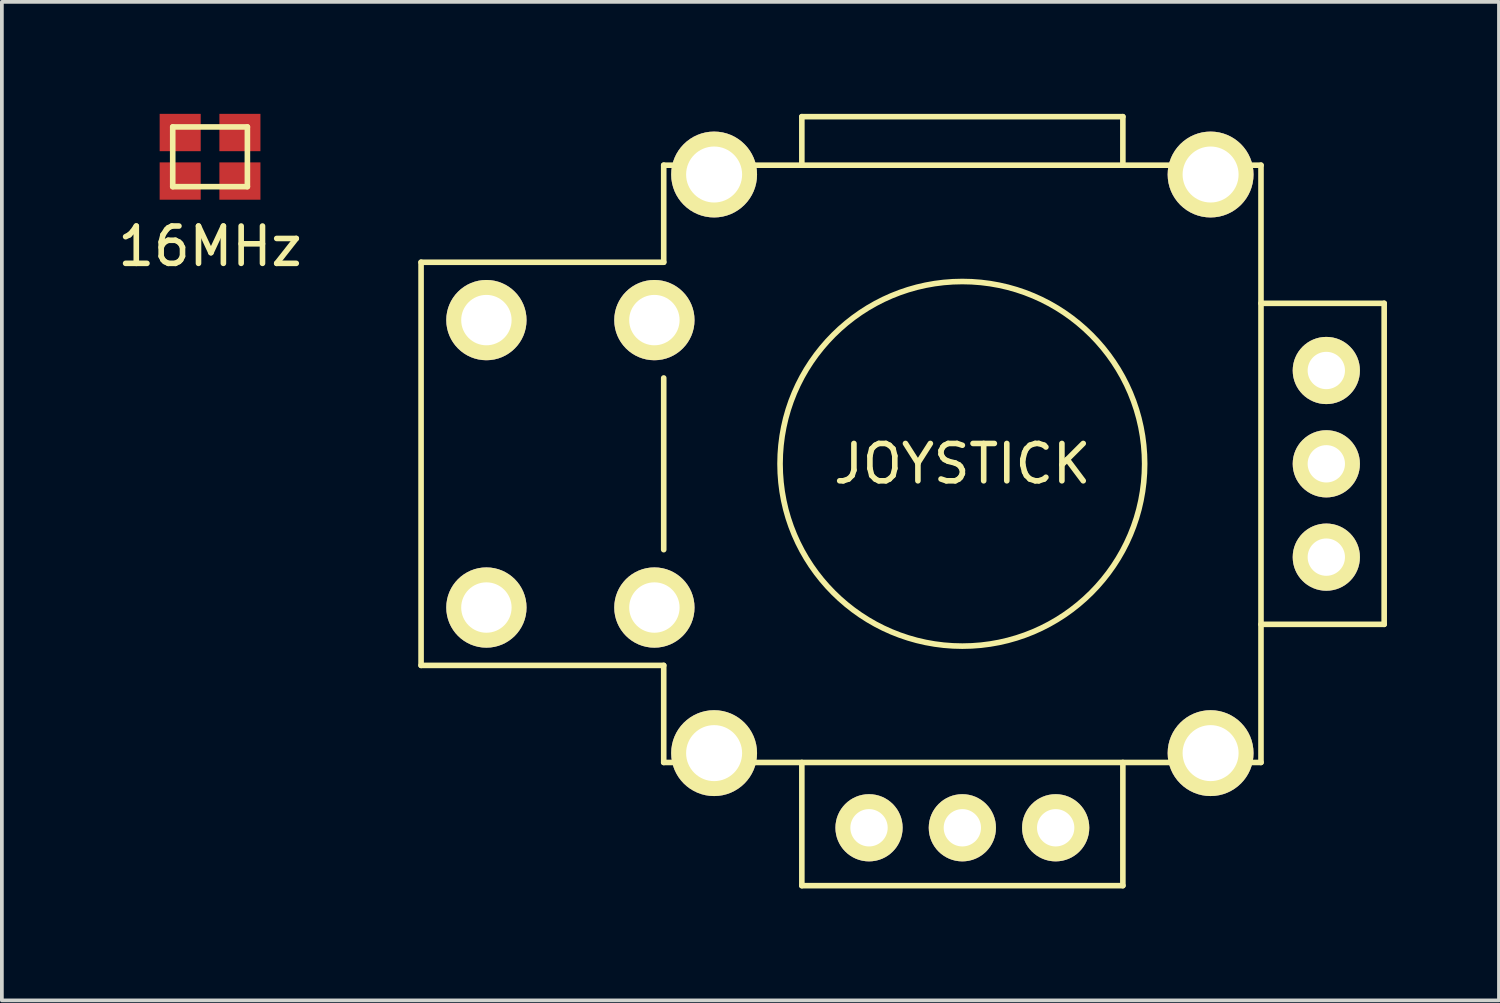
<source format=kicad_pcb>
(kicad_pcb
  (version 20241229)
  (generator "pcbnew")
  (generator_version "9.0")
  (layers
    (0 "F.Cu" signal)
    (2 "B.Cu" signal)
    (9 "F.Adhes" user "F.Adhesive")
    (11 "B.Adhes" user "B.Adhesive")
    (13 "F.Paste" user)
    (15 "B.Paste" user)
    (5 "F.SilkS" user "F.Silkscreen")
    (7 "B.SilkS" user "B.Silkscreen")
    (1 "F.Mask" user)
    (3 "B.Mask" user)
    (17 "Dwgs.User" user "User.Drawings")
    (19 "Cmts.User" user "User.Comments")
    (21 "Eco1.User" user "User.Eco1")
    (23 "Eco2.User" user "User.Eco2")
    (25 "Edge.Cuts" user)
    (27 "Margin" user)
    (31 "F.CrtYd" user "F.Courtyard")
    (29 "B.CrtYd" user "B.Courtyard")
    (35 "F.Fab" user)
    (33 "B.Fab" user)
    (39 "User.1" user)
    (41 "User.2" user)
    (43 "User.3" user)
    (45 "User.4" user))
  (footprint "16MHz"
    (layer "F.Cu")
    (at 2.577 1.15)
    (property "Reference" "16MHz" (at 0 2.4 0) (layer "F.SilkS") (effects (font (size 1 1) (thickness 0.15))))
    (attr through_hole)
    (fp_line (start -1 -0.8) (end -1 0.8) (stroke (width 0.15) (type solid)) (layer "F.SilkS"))
    (fp_line (start -1 0.8) (end 1 0.8) (stroke (width 0.15) (type solid)) (layer "F.SilkS"))
    (fp_line (start 1 -0.8) (end -1 -0.8) (stroke (width 0.15) (type solid)) (layer "F.SilkS"))
    (fp_line (start 1 0.8) (end 1 -0.8) (stroke (width 0.15) (type solid)) (layer "F.SilkS"))
    (pad "1" smd rect (at -0.8 0.65) (size 1.1 1) (layers "F.Cu" "F.Mask" "F.Paste"))
    (pad "2" smd rect (at 0.8 0.65) (size 1.1 1) (layers "F.Cu" "F.Mask" "F.Paste"))
    (pad "3" smd rect (at 0.8 -0.65) (size 1.1 1) (layers "F.Cu" "F.Mask" "F.Paste"))
    (pad "4" smd rect (at -0.8 -0.65) (size 1.1 1) (layers "F.Cu" "F.Mask" "F.Paste")))
  (footprint "JOYSTICK"
    (layer "F.Cu")
    (at 22.73 9.375)
    (property "Reference" "JOYSTICK" (at 0 0 0) (layer "F.SilkS") (effects (font (size 1 1) (thickness 0.15))))
    (attr through_hole)
    (fp_line (start -14.5 5.4) (end -14.5 -5.4) (stroke (width 0.15) (type solid)) (layer "F.SilkS"))
    (fp_line (start -14.5 5.4) (end -8 5.4) (stroke (width 0.15) (type solid)) (layer "F.SilkS"))
    (fp_line (start -8 -8) (end -8 -5.4) (stroke (width 0.15) (type solid)) (layer "F.SilkS"))
    (fp_line (start -8 -8) (end 8 -8) (stroke (width 0.15) (type solid)) (layer "F.SilkS"))
    (fp_line (start -8 -5.4) (end -14.5 -5.4) (stroke (width 0.15) (type solid)) (layer "F.SilkS"))
    (fp_line (start -8 -2.3) (end -8 2.3) (stroke (width 0.15) (type solid)) (layer "F.SilkS"))
    (fp_line (start -8 8) (end -8 5.4) (stroke (width 0.15) (type solid)) (layer "F.SilkS"))
    (fp_line (start -4.3 -9.3) (end -4.3 -8) (stroke (width 0.15) (type solid)) (layer "F.SilkS"))
    (fp_line (start -4.3 8) (end -4.3 11.3) (stroke (width 0.15) (type solid)) (layer "F.SilkS"))
    (fp_line (start -4.3 11.3) (end 4.3 11.3) (stroke (width 0.15) (type solid)) (layer "F.SilkS"))
    (fp_line (start 4.3 -9.3) (end -4.3 -9.3) (stroke (width 0.15) (type solid)) (layer "F.SilkS"))
    (fp_line (start 4.3 -8) (end 4.3 -9.3) (stroke (width 0.15) (type solid)) (layer "F.SilkS"))
    (fp_line (start 4.3 11.3) (end 4.3 8) (stroke (width 0.15) (type solid)) (layer "F.SilkS"))
    (fp_line (start 8 -8) (end 8 8) (stroke (width 0.15) (type solid)) (layer "F.SilkS"))
    (fp_line (start 8 -4.3) (end 11.3 -4.3) (stroke (width 0.15) (type solid)) (layer "F.SilkS"))
    (fp_line (start 8 4.3) (end 11.3 4.3) (stroke (width 0.15) (type solid)) (layer "F.SilkS"))
    (fp_line (start 8 8) (end -8 8) (stroke (width 0.15) (type solid)) (layer "F.SilkS"))
    (fp_line (start 11.3 4.3) (end 11.3 -4.3) (stroke (width 0.15) (type solid)) (layer "F.SilkS"))
    (fp_circle (center 0 0) (end 3.6 3.3) (stroke (width 0.15) (type solid)) (fill no) (layer "F.SilkS"))
    (pad "" thru_hole circle (at -6.65 -7.75) (size 2.3 2.3) (drill 1.5) (layers "*.Cu" "*.Mask" "F.SilkS"))
    (pad "" thru_hole circle (at -6.65 7.75) (size 2.3 2.3) (drill 1.5) (layers "*.Cu" "*.Mask" "F.SilkS"))
    (pad "" thru_hole circle (at 6.65 -7.75) (size 2.3 2.3) (drill 1.5) (layers "*.Cu" "*.Mask" "F.SilkS"))
    (pad "" thru_hole circle (at 6.65 7.75) (size 2.3 2.3) (drill 1.5) (layers "*.Cu" "*.Mask" "F.SilkS"))
    (pad "1" thru_hole circle (at -2.5 9.75) (size 1.8 1.8) (drill 1) (layers "*.Cu" "*.Mask" "F.SilkS"))
    (pad "2" thru_hole circle (at 0 9.75) (size 1.8 1.8) (drill 1) (layers "*.Cu" "*.Mask" "F.SilkS"))
    (pad "3" thru_hole circle (at 2.5 9.75) (size 1.8 1.8) (drill 1) (layers "*.Cu" "*.Mask" "F.SilkS"))
    (pad "4" thru_hole circle (at 9.75 2.5 90) (size 1.8 1.8) (drill 1) (layers "*.Cu" "*.Mask" "F.SilkS"))
    (pad "5" thru_hole circle (at 9.75 0 90) (size 1.8 1.8) (drill 1) (layers "*.Cu" "*.Mask" "F.SilkS"))
    (pad "6" thru_hole circle (at 9.75 -2.5 90) (size 1.8 1.8) (drill 1) (layers "*.Cu" "*.Mask" "F.SilkS"))
    (pad "7" thru_hole circle (at -8.25 -3.85) (size 2.15 2.15) (drill 1.35) (layers "*.Cu" "*.Mask" "F.SilkS"))
    (pad "7" thru_hole circle (at -8.25 3.85) (size 2.15 2.15) (drill 1.35) (layers "*.Cu" "*.Mask" "F.SilkS"))
    (pad "8" thru_hole circle (at -12.75 -3.85) (size 2.15 2.15) (drill 1.35) (layers "*.Cu" "*.Mask" "F.SilkS"))
    (pad "8" thru_hole circle (at -12.75 3.85) (size 2.15 2.15) (drill 1.35) (layers "*.Cu" "*.Mask" "F.SilkS")))
  (gr_rect
    (start -3 -3)
    (end 37.105 23.75)
    (stroke (width 0.1) (type default))
    (fill no)
    (layer "Edge.Cuts")))
</source>
